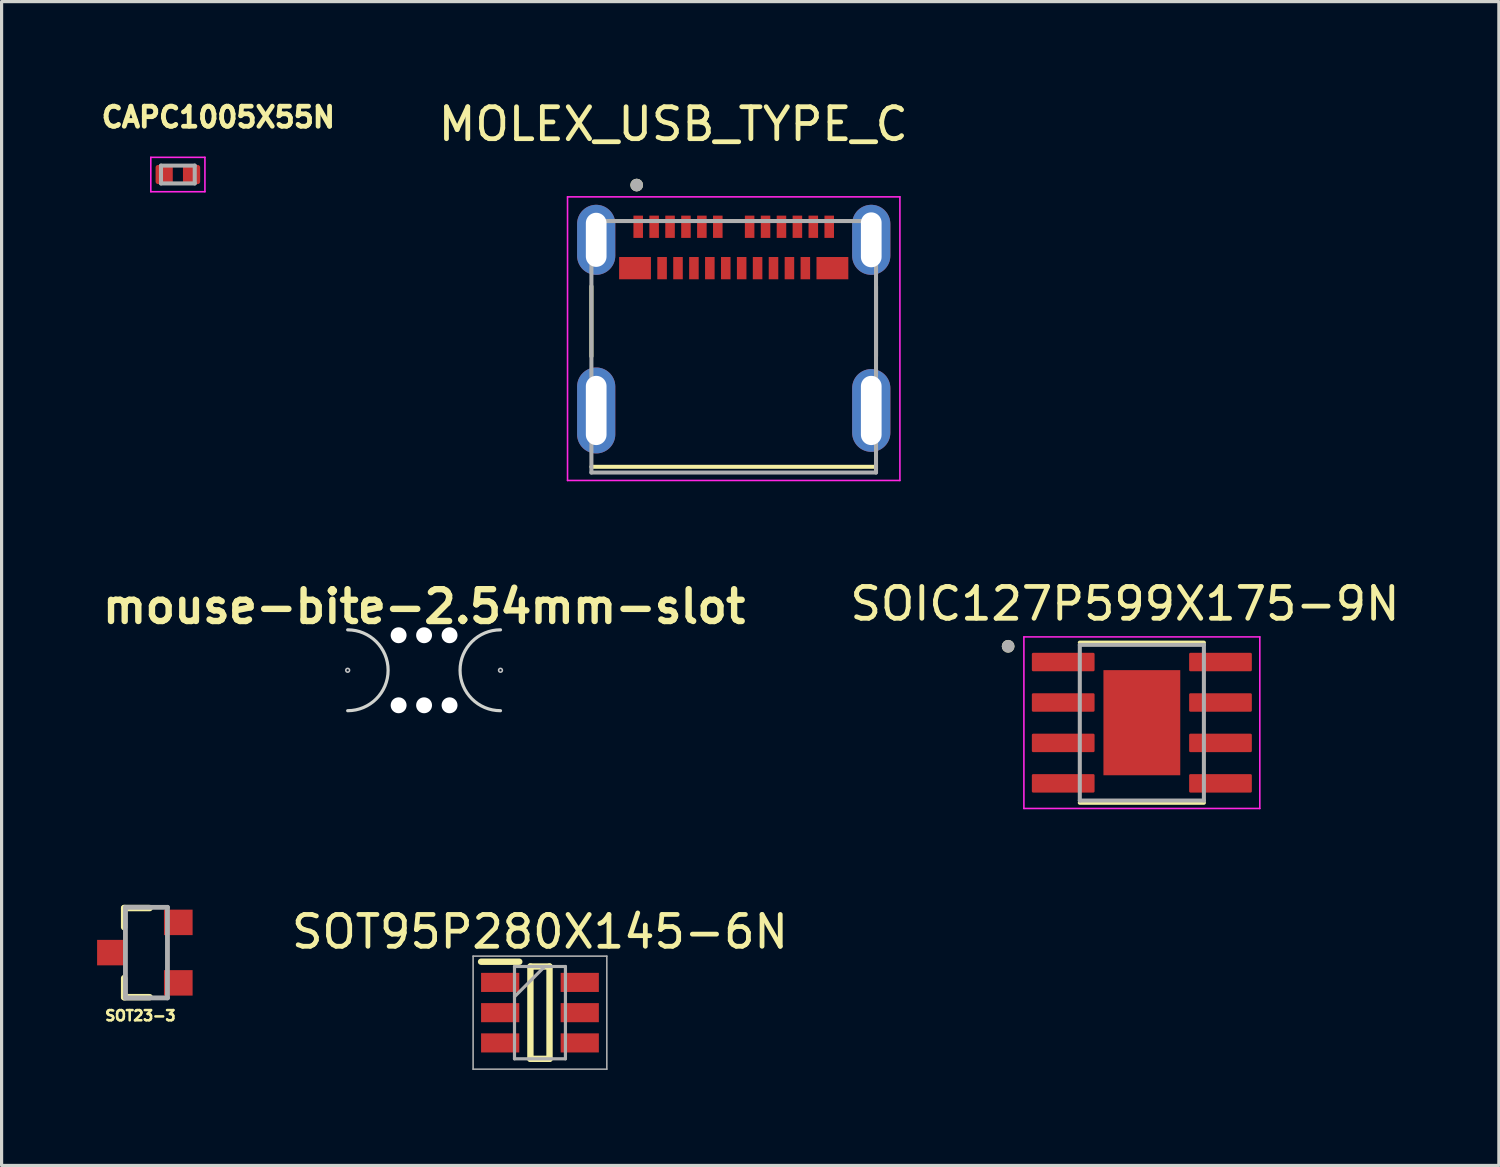
<source format=kicad_pcb>
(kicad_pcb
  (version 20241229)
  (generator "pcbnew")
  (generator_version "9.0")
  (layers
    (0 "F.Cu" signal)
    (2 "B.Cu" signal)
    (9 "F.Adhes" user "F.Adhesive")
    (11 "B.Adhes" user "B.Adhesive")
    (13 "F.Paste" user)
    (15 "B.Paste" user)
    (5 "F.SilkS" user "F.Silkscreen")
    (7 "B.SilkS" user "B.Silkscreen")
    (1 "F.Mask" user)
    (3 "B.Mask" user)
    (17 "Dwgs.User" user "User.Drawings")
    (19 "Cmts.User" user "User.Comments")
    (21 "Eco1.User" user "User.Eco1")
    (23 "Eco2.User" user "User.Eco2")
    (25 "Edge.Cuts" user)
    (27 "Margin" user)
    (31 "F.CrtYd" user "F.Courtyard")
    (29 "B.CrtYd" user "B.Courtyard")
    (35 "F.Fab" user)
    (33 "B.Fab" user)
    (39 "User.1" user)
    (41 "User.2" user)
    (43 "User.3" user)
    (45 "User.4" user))
  (footprint "SOIC127P599X175-9N"
    (layer "F.Cu")
    (at 32.817 19.651)
    (property "Reference" "SOIC127P599X175-9N" (at -0.53 -3.735 0) (layer "F.SilkS") (effects (font (size 1 1) (thickness 0.15))))
    (attr smd)
    (fp_line (start -1.949 -2.515) (end 1.949 -2.515) (stroke (width 0.127) (type solid)) (layer "F.SilkS"))
    (fp_line (start -1.949 2.515) (end 1.949 2.515) (stroke (width 0.127) (type solid)) (layer "F.SilkS"))
    (fp_circle (center -4.2 -2.4) (end -4.1 -2.4) (stroke (width 0.2) (type solid)) (fill no) (layer "F.SilkS"))
    (fp_poly (pts (xy -0.76 -1.04) (xy 0.76 -1.04) (xy 0.76 1.04) (xy -0.76 1.04)) (stroke (width 0.01) (type solid)) (fill yes) (layer "F.Paste"))
    (fp_line (start -3.705 -2.695) (end -3.705 2.695) (stroke (width 0.05) (type solid)) (layer "F.CrtYd"))
    (fp_line (start -3.705 -2.695) (end 3.705 -2.695) (stroke (width 0.05) (type solid)) (layer "F.CrtYd"))
    (fp_line (start -3.705 2.695) (end 3.705 2.695) (stroke (width 0.05) (type solid)) (layer "F.CrtYd"))
    (fp_line (start 3.705 -2.695) (end 3.705 2.695) (stroke (width 0.05) (type solid)) (layer "F.CrtYd"))
    (fp_line (start -1.949 -2.445) (end -1.949 2.445) (stroke (width 0.127) (type solid)) (layer "F.Fab"))
    (fp_line (start -1.949 -2.445) (end 1.949 -2.445) (stroke (width 0.127) (type solid)) (layer "F.Fab"))
    (fp_line (start -1.949 2.445) (end 1.949 2.445) (stroke (width 0.127) (type solid)) (layer "F.Fab"))
    (fp_line (start 1.949 -2.445) (end 1.949 2.445) (stroke (width 0.127) (type solid)) (layer "F.Fab"))
    (fp_circle (center -4.2 -2.4) (end -4.1 -2.4) (stroke (width 0.2) (type solid)) (fill no) (layer "F.Fab"))
    (pad "1" smd roundrect (at -2.47 -1.905) (size 1.97 0.58) (layers "F.Cu" "F.Mask" "F.Paste") (roundrect_rratio 0.07))
    (pad "2" smd roundrect (at -2.47 -0.635) (size 1.97 0.58) (layers "F.Cu" "F.Mask" "F.Paste") (roundrect_rratio 0.07))
    (pad "3" smd roundrect (at -2.47 0.635) (size 1.97 0.58) (layers "F.Cu" "F.Mask" "F.Paste") (roundrect_rratio 0.07))
    (pad "4" smd roundrect (at -2.47 1.905) (size 1.97 0.58) (layers "F.Cu" "F.Mask" "F.Paste") (roundrect_rratio 0.07))
    (pad "5" smd roundrect (at 2.47 1.905) (size 1.97 0.58) (layers "F.Cu" "F.Mask" "F.Paste") (roundrect_rratio 0.07))
    (pad "6" smd roundrect (at 2.47 0.635) (size 1.97 0.58) (layers "F.Cu" "F.Mask" "F.Paste") (roundrect_rratio 0.07))
    (pad "7" smd roundrect (at 2.47 -0.635) (size 1.97 0.58) (layers "F.Cu" "F.Mask" "F.Paste") (roundrect_rratio 0.07))
    (pad "8" smd roundrect (at 2.47 -1.905) (size 1.97 0.58) (layers "F.Cu" "F.Mask" "F.Paste") (roundrect_rratio 0.07))
    (pad "9" smd rect (at 0 0) (size 2.413 3.302) (layers "F.Cu" "F.Mask")))
  (footprint "SOT23-3"
    (layer "F.Cu")
    (at 1.55 26.873)
    (property "Reference" "SOT23-3" (at -0.191 1.981 0) (layer "F.SilkS") (effects (font (size 0.32 0.32) (thickness 0.15))))
    (attr smd)
    (fp_line (start -0.7 -1.4) (end 0.1 -1.4) (stroke (width 0.203) (type solid)) (layer "F.SilkS"))
    (fp_line (start -0.7 -0.8) (end -0.7 -1.4) (stroke (width 0.203) (type solid)) (layer "F.SilkS"))
    (fp_line (start -0.7 0.8) (end -0.7 1.4) (stroke (width 0.203) (type solid)) (layer "F.SilkS"))
    (fp_line (start -0.7 1.4) (end 0.1 1.4) (stroke (width 0.203) (type solid)) (layer "F.SilkS"))
    (fp_line (start -0.66 -1.422) (end 0.66 -1.422) (stroke (width 0.152) (type solid)) (layer "F.Fab"))
    (fp_line (start -0.66 1.422) (end -0.66 -1.422) (stroke (width 0.152) (type solid)) (layer "F.Fab"))
    (fp_line (start 0.66 -1.422) (end 0.66 1.422) (stroke (width 0.152) (type solid)) (layer "F.Fab"))
    (fp_line (start 0.66 1.422) (end -0.66 1.422) (stroke (width 0.152) (type solid)) (layer "F.Fab"))
    (pad "1" smd rect (at 1 0.95 90) (size 0.8 0.9) (layers "F.Cu" "F.Mask" "F.Paste"))
    (pad "2" smd rect (at 1 -0.95 90) (size 0.8 0.9) (layers "F.Cu" "F.Mask" "F.Paste"))
    (pad "3" smd rect (at -1.1 0 90) (size 0.8 0.9) (layers "F.Cu" "F.Mask" "F.Paste")))
  (footprint "MOLEX_USB_TYPE_C"
    (layer "F.Cu")
    (at 19.997 7.843)
    (property "Reference" "MOLEX_USB_TYPE_C" (at -1.899 -6.993 0) (layer "F.SilkS") (effects (font (size 1.004 1.004) (thickness 0.15))))
    (attr smd)
    (fp_line (start -4.47 0.3) (end -4.47 -1.9) (stroke (width 0.127) (type solid)) (layer "F.SilkS"))
    (fp_line (start -4.47 3.77) (end 4.47 3.77) (stroke (width 0.127) (type solid)) (layer "F.SilkS"))
    (fp_line (start 4.47 0.3) (end 4.47 -1.9) (stroke (width 0.127) (type solid)) (layer "F.SilkS"))
    (fp_circle (center -3.048 -5.08) (end -2.948 -5.08) (stroke (width 0.2) (type solid)) (fill no) (layer "F.SilkS"))
    (fp_line (start -5.22 -4.71) (end 5.22 -4.71) (stroke (width 0.05) (type solid)) (layer "F.CrtYd"))
    (fp_line (start -5.22 4.2) (end -5.22 -4.71) (stroke (width 0.05) (type solid)) (layer "F.CrtYd"))
    (fp_line (start 5.22 -4.71) (end 5.22 4.2) (stroke (width 0.05) (type solid)) (layer "F.CrtYd"))
    (fp_line (start 5.22 4.2) (end -5.22 4.2) (stroke (width 0.05) (type solid)) (layer "F.CrtYd"))
    (fp_line (start -4.47 -3.95) (end -4.47 3.95) (stroke (width 0.127) (type solid)) (layer "F.Fab"))
    (fp_line (start -4.47 3.95) (end 4.47 3.95) (stroke (width 0.127) (type solid)) (layer "F.Fab"))
    (fp_line (start 4.47 -3.95) (end -4.47 -3.95) (stroke (width 0.127) (type solid)) (layer "F.Fab"))
    (fp_line (start 4.47 3.95) (end 4.47 -3.95) (stroke (width 0.127) (type solid)) (layer "F.Fab"))
    (fp_circle (center -3.048 -5.08) (end -2.948 -5.08) (stroke (width 0.2) (type solid)) (fill no) (layer "F.Fab"))
    (pad "A1" smd rect (at -3 -3.77) (size 0.3 0.7) (layers "F.Cu" "F.Mask" "F.Paste"))
    (pad "A2" smd rect (at -2.5 -3.77) (size 0.3 0.7) (layers "F.Cu" "F.Mask" "F.Paste"))
    (pad "A3" smd rect (at -2 -3.77) (size 0.3 0.7) (layers "F.Cu" "F.Mask" "F.Paste"))
    (pad "A4" smd rect (at -1.5 -3.77) (size 0.3 0.7) (layers "F.Cu" "F.Mask" "F.Paste"))
    (pad "A5" smd rect (at -1 -3.77) (size 0.3 0.7) (layers "F.Cu" "F.Mask" "F.Paste"))
    (pad "A6" smd rect (at -0.5 -3.77) (size 0.3 0.7) (layers "F.Cu" "F.Mask" "F.Paste"))
    (pad "A7" smd rect (at 0.5 -3.77) (size 0.3 0.7) (layers "F.Cu" "F.Mask" "F.Paste"))
    (pad "A8" smd rect (at 1 -3.77) (size 0.3 0.7) (layers "F.Cu" "F.Mask" "F.Paste"))
    (pad "A9" smd rect (at 1.5 -3.77) (size 0.3 0.7) (layers "F.Cu" "F.Mask" "F.Paste"))
    (pad "A10" smd rect (at 2 -3.77) (size 0.3 0.7) (layers "F.Cu" "F.Mask" "F.Paste"))
    (pad "A11" smd rect (at 2.5 -3.77) (size 0.3 0.7) (layers "F.Cu" "F.Mask" "F.Paste"))
    (pad "A12" smd rect (at 3 -3.77) (size 0.3 0.7) (layers "F.Cu" "F.Mask" "F.Paste"))
    (pad "B1" smd rect (at 3.1 -2.47) (size 1 0.7) (layers "F.Cu" "F.Mask" "F.Paste"))
    (pad "B2" smd rect (at 2.25 -2.47) (size 0.3 0.7) (layers "F.Cu" "F.Mask" "F.Paste"))
    (pad "B3" smd rect (at 1.75 -2.47) (size 0.3 0.7) (layers "F.Cu" "F.Mask" "F.Paste"))
    (pad "B4" smd rect (at 1.25 -2.47) (size 0.3 0.7) (layers "F.Cu" "F.Mask" "F.Paste"))
    (pad "B5" smd rect (at 0.75 -2.47) (size 0.3 0.7) (layers "F.Cu" "F.Mask" "F.Paste"))
    (pad "B6" smd rect (at 0.25 -2.47) (size 0.3 0.7) (layers "F.Cu" "F.Mask" "F.Paste"))
    (pad "B7" smd rect (at -0.25 -2.47) (size 0.3 0.7) (layers "F.Cu" "F.Mask" "F.Paste"))
    (pad "B8" smd rect (at -0.75 -2.47) (size 0.3 0.7) (layers "F.Cu" "F.Mask" "F.Paste"))
    (pad "B9" smd rect (at -1.25 -2.47) (size 0.3 0.7) (layers "F.Cu" "F.Mask" "F.Paste"))
    (pad "B10" smd rect (at -1.75 -2.47) (size 0.3 0.7) (layers "F.Cu" "F.Mask" "F.Paste"))
    (pad "B11" smd rect (at -2.25 -2.47) (size 0.3 0.7) (layers "F.Cu" "F.Mask" "F.Paste"))
    (pad "B12" smd rect (at -3.1 -2.47) (size 1 0.7) (layers "F.Cu" "F.Mask" "F.Paste"))
    (pad "S1" thru_hole oval (at -4.32 -3.36) (size 1.2 2.2) (drill oval 0.65 1.7) (layers "*.Cu" "*.Mask"))
    (pad "S2" thru_hole oval (at 4.32 -3.36) (size 1.2 2.2) (drill oval 0.65 1.725) (layers "*.Cu" "*.Mask"))
    (pad "S3" thru_hole oval (at -4.32 2) (size 1.2 2.7) (drill oval 0.65 2.175) (layers "*.Cu" "*.Mask"))
    (pad "S4" thru_hole oval (at 4.32 2) (size 1.2 2.6) (drill oval 0.65 2.175) (layers "*.Cu" "*.Mask"))
    (zone (net_name "") (layer "F.Cu") (hatch full 0.508) (connect_pads) (min_thickness 0.01) (filled_areas_thickness no) (keepout (tracks not_allowed) (vias not_allowed) (pads not_allowed) (copperpour not_allowed) (footprints allowed)) (placement (enabled no)) (fill) (polygon (pts (xy 16.497 5.963) (xy 23.497 5.963) (xy 23.497 11.613) (xy 16.497 11.613))))
    (zone (net_name "") (layers "F.Cu" "B.Cu") (hatch full 0.508) (connect_pads) (min_thickness 0.01) (filled_areas_thickness no) (keepout (tracks allowed) (vias not_allowed) (pads allowed) (copperpour allowed) (footprints allowed)) (placement (enabled no)) (fill) (polygon (pts (xy 16.497 5.963) (xy 23.497 5.963) (xy 23.497 11.613) (xy 16.497 11.613)))))
  (footprint "CAPC1005X55N"
    (layer "F.Cu")
    (at 2.537 2.432)
    (property "Reference" "CAPC1005X55N" (at 1.27 -1.8 0) (layer "F.SilkS") (effects (font (size 0.63 0.63) (thickness 0.15))))
    (attr smd)
    (fp_line (start -0.85 -0.54) (end -0.85 0.54) (stroke (width 0.05) (type solid)) (layer "F.CrtYd"))
    (fp_line (start -0.85 0.54) (end 0.85 0.54) (stroke (width 0.05) (type solid)) (layer "F.CrtYd"))
    (fp_line (start 0.85 -0.54) (end -0.85 -0.54) (stroke (width 0.05) (type solid)) (layer "F.CrtYd"))
    (fp_line (start 0.85 0.54) (end 0.85 -0.54) (stroke (width 0.05) (type solid)) (layer "F.CrtYd"))
    (fp_line (start -0.53 -0.28) (end -0.53 0.28) (stroke (width 0.127) (type solid)) (layer "F.Fab"))
    (fp_line (start -0.53 0.28) (end 0.53 0.28) (stroke (width 0.127) (type solid)) (layer "F.Fab"))
    (fp_line (start 0.53 -0.28) (end -0.53 -0.28) (stroke (width 0.127) (type solid)) (layer "F.Fab"))
    (fp_line (start 0.53 0.28) (end 0.53 -0.28) (stroke (width 0.127) (type solid)) (layer "F.Fab"))
    (pad "1" smd roundrect (at -0.43 0 90) (size 0.6 0.54) (layers "F.Cu" "F.Mask" "F.Paste") (roundrect_rratio 0.14))
    (pad "2" smd roundrect (at 0.43 0 90) (size 0.6 0.54) (layers "F.Cu" "F.Mask" "F.Paste") (roundrect_rratio 0.14)))
  (footprint "mouse-bite-2.54mm-slot"
    (layer "F.Cu")
    (at 10.271 18.004)
    (property "Reference" "mouse-bite-2.54mm-slot" (at 0 -2 0) (layer "F.SilkS") (effects (font (size 1 1) (thickness 0.2))))
    (attr through_hole)
    (fp_circle (center -2.4 0) (end -2.34 0) (stroke (width 0.05) (type solid)) (fill no) (layer "Dwgs.User"))
    (fp_circle (center 2.4 0) (end 2.4 -0.06) (stroke (width 0.05) (type solid)) (fill no) (layer "Dwgs.User"))
    (fp_line (start -2.4 0) (end -2.4 0) (stroke (width 2.54) (type solid)) (layer "Eco1.User"))
    (fp_line (start 2.4 0) (end 2.4 0) (stroke (width 2.54) (type solid)) (layer "Eco1.User"))
    (fp_arc (start -2.4 -1.27) (mid -1.13 0) (end -2.4 1.27) (stroke (width 0.1) (type solid)) (layer "Edge.Cuts"))
    (fp_arc (start 2.4 1.27) (mid 1.13 0) (end 2.4 -1.27) (stroke (width 0.1) (type solid)) (layer "Edge.Cuts"))
    (pad "" np_thru_hole circle (at -0.8 -1.1) (size 0.5 0.5) (drill 0.5) (layers "*.Cu" "*.Mask"))
    (pad "" np_thru_hole circle (at -0.8 1.1) (size 0.5 0.5) (drill 0.5) (layers "*.Cu" "*.Mask"))
    (pad "" np_thru_hole circle (at 0 -1.1) (size 0.5 0.5) (drill 0.5) (layers "*.Cu" "*.Mask"))
    (pad "" np_thru_hole circle (at 0 1.1) (size 0.5 0.5) (drill 0.5) (layers "*.Cu" "*.Mask"))
    (pad "" np_thru_hole circle (at 0.8 -1.1) (size 0.5 0.5) (drill 0.5) (layers "*.Cu" "*.Mask"))
    (pad "" np_thru_hole circle (at 0.8 1.1) (size 0.5 0.5) (drill 0.5) (layers "*.Cu" "*.Mask")))
  (footprint "SOT95P280X145-6N"
    (layer "F.Cu")
    (at 13.911 28.759)
    (property "Reference" "SOT95P280X145-6N" (at 0 -2.54 0) (layer "F.SilkS") (effects (font (size 1 1) (thickness 0.15))))
    (attr smd)
    (fp_line (start -1.85 -1.6) (end -0.65 -1.6) (stroke (width 0.2) (type solid)) (layer "F.SilkS"))
    (fp_line (start -0.3 -1.45) (end 0.3 -1.45) (stroke (width 0.2) (type solid)) (layer "F.SilkS"))
    (fp_line (start -0.3 1.45) (end -0.3 -1.45) (stroke (width 0.2) (type solid)) (layer "F.SilkS"))
    (fp_line (start 0.3 -1.45) (end 0.3 1.45) (stroke (width 0.2) (type solid)) (layer "F.SilkS"))
    (fp_line (start 0.3 1.45) (end -0.3 1.45) (stroke (width 0.2) (type solid)) (layer "F.SilkS"))
    (fp_line (start -2.1 -1.775) (end 2.1 -1.775) (stroke (width 0.05) (type solid)) (layer "F.Fab"))
    (fp_line (start -2.1 1.775) (end -2.1 -1.775) (stroke (width 0.05) (type solid)) (layer "F.Fab"))
    (fp_line (start -0.8 -1.45) (end 0.8 -1.45) (stroke (width 0.1) (type solid)) (layer "F.Fab"))
    (fp_line (start -0.8 -0.5) (end 0.15 -1.45) (stroke (width 0.1) (type solid)) (layer "F.Fab"))
    (fp_line (start -0.8 1.45) (end -0.8 -1.45) (stroke (width 0.1) (type solid)) (layer "F.Fab"))
    (fp_line (start 0.8 -1.45) (end 0.8 1.45) (stroke (width 0.1) (type solid)) (layer "F.Fab"))
    (fp_line (start 0.8 1.45) (end -0.8 1.45) (stroke (width 0.1) (type solid)) (layer "F.Fab"))
    (fp_line (start 2.1 -1.775) (end 2.1 1.775) (stroke (width 0.05) (type solid)) (layer "F.Fab"))
    (fp_line (start 2.1 1.775) (end -2.1 1.775) (stroke (width 0.05) (type solid)) (layer "F.Fab"))
    (pad "1" smd rect (at -1.25 -0.95) (size 1.2 0.6) (layers "F.Cu" "F.Mask" "F.Paste"))
    (pad "2" smd rect (at -1.25 0) (size 1.2 0.6) (layers "F.Cu" "F.Mask" "F.Paste"))
    (pad "3" smd rect (at -1.25 0.95) (size 1.2 0.6) (layers "F.Cu" "F.Mask" "F.Paste"))
    (pad "4" smd rect (at 1.25 0.95) (size 1.2 0.6) (layers "F.Cu" "F.Mask" "F.Paste"))
    (pad "5" smd rect (at 1.25 0) (size 1.2 0.6) (layers "F.Cu" "F.Mask" "F.Paste"))
    (pad "6" smd rect (at 1.25 -0.95) (size 1.2 0.6) (layers "F.Cu" "F.Mask" "F.Paste")))
  (gr_rect
    (start -3 -3)
    (end 44.031 33.559)
    (stroke (width 0.1) (type default))
    (fill no)
    (layer "Edge.Cuts")))
</source>
